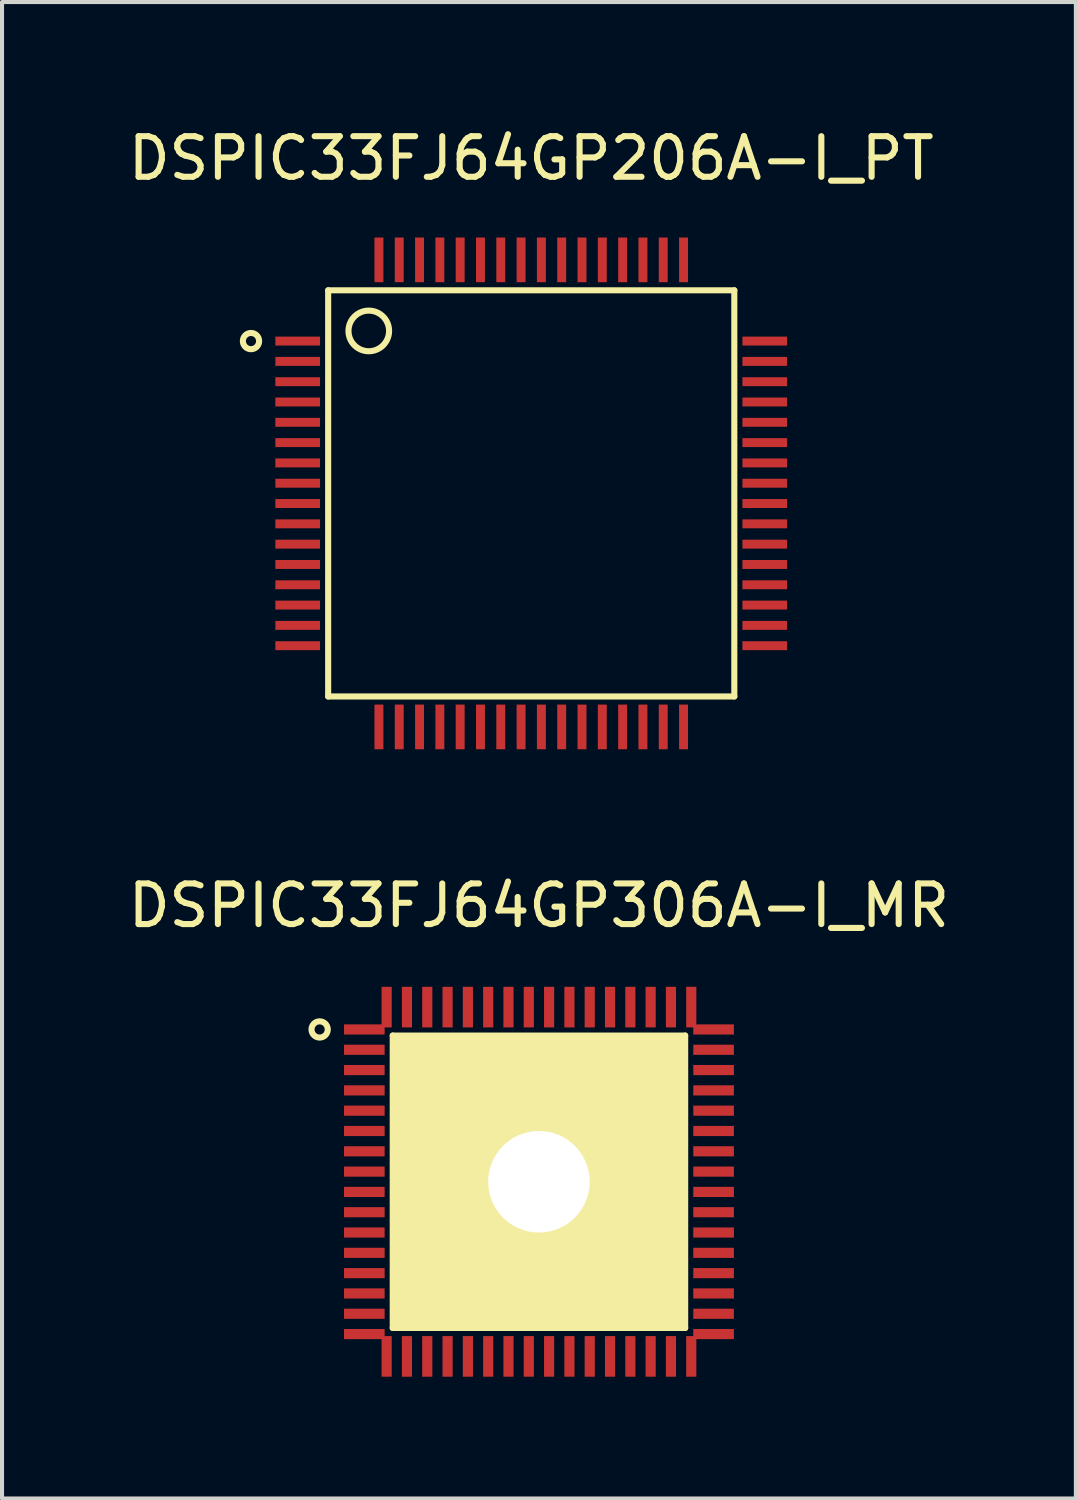
<source format=kicad_pcb>
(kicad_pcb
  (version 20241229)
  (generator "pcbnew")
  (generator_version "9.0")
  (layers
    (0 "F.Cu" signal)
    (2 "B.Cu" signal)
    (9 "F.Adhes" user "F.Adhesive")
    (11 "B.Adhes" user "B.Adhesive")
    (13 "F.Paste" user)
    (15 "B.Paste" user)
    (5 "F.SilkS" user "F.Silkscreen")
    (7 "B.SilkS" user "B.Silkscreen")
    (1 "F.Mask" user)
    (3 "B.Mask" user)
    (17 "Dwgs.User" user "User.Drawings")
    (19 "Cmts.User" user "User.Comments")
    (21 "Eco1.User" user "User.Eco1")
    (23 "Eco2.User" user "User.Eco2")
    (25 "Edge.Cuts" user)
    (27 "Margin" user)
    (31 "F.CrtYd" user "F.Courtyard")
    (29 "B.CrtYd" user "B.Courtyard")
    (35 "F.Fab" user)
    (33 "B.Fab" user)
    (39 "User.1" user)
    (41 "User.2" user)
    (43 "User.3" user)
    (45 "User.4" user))
  (footprint "DSPIC33FJ64GP306A-I_MR"
    (layer "F.Cu")
    (at 5.92 21.747)
    (property "Reference" "DSPIC33FJ64GP306A-I_MR" (at 4.3 -2.5 0) (layer "F.SilkS") (effects (font (size 1 1) (thickness 0.15))))
    (attr through_hole)
    (fp_line (start 0.7 0.7) (end 0.7 7.9) (stroke (width 0.15) (type solid)) (layer "F.SilkS"))
    (fp_line (start 0.7 0.7) (end 7.9 0.7) (stroke (width 0.15) (type solid)) (layer "F.SilkS"))
    (fp_line (start 0.7 7.9) (end 7.9 7.9) (stroke (width 0.15) (type solid)) (layer "F.SilkS"))
    (fp_line (start 7.9 7.9) (end 7.9 0.7) (stroke (width 0.15) (type solid)) (layer "F.SilkS"))
    (fp_circle (center -1.1 0.55) (end -1.1 0.35) (stroke (width 0.15) (type solid)) (fill no) (layer "F.SilkS"))
    (fp_circle (center 1.7 1.7) (end 1.7 1.2) (stroke (width 0.15) (type solid)) (fill no) (layer "F.SilkS"))
    (pad "1" smd rect (at 0 0.55) (size 1 0.25) (layers "F.Cu" "F.Mask" "F.Paste"))
    (pad "2" smd rect (at 0 1.05) (size 1 0.25) (layers "F.Cu" "F.Mask" "F.Paste"))
    (pad "3" smd rect (at 0 1.55) (size 1 0.25) (layers "F.Cu" "F.Mask" "F.Paste"))
    (pad "4" smd rect (at 0 2.05) (size 1 0.25) (layers "F.Cu" "F.Mask" "F.Paste"))
    (pad "5" smd rect (at 0 2.55) (size 1 0.25) (layers "F.Cu" "F.Mask" "F.Paste"))
    (pad "6" smd rect (at 0 3.05) (size 1 0.25) (layers "F.Cu" "F.Mask" "F.Paste"))
    (pad "7" smd rect (at 0 3.55) (size 1 0.25) (layers "F.Cu" "F.Mask" "F.Paste"))
    (pad "8" smd rect (at 0 4.05) (size 1 0.25) (layers "F.Cu" "F.Mask" "F.Paste"))
    (pad "9" smd rect (at 0 4.55) (size 1 0.25) (layers "F.Cu" "F.Mask" "F.Paste"))
    (pad "10" smd rect (at 0 5.05) (size 1 0.25) (layers "F.Cu" "F.Mask" "F.Paste"))
    (pad "11" smd rect (at 0 5.55) (size 1 0.25) (layers "F.Cu" "F.Mask" "F.Paste"))
    (pad "12" smd rect (at 0 6.05) (size 1 0.25) (layers "F.Cu" "F.Mask" "F.Paste"))
    (pad "13" smd rect (at 0 6.55) (size 1 0.25) (layers "F.Cu" "F.Mask" "F.Paste"))
    (pad "14" smd rect (at 0 7.05) (size 1 0.25) (layers "F.Cu" "F.Mask" "F.Paste"))
    (pad "15" smd rect (at 0 7.55) (size 1 0.25) (layers "F.Cu" "F.Mask" "F.Paste"))
    (pad "16" smd rect (at 0 8.05) (size 1 0.25) (layers "F.Cu" "F.Mask" "F.Paste"))
    (pad "17" smd rect (at 0.55 8.6) (size 0.25 1) (layers "F.Cu" "F.Mask" "F.Paste"))
    (pad "18" smd rect (at 1.05 8.6) (size 0.25 1) (layers "F.Cu" "F.Mask" "F.Paste"))
    (pad "19" smd rect (at 1.55 8.6) (size 0.25 1) (layers "F.Cu" "F.Mask" "F.Paste"))
    (pad "20" smd rect (at 2.05 8.6) (size 0.25 1) (layers "F.Cu" "F.Mask" "F.Paste"))
    (pad "21" smd rect (at 2.55 8.6) (size 0.25 1) (layers "F.Cu" "F.Mask" "F.Paste"))
    (pad "22" smd rect (at 3.05 8.6) (size 0.25 1) (layers "F.Cu" "F.Mask" "F.Paste"))
    (pad "23" smd rect (at 3.55 8.6) (size 0.25 1) (layers "F.Cu" "F.Mask" "F.Paste"))
    (pad "24" smd rect (at 4.05 8.6) (size 0.25 1) (layers "F.Cu" "F.Mask" "F.Paste"))
    (pad "25" smd rect (at 4.55 8.6) (size 0.25 1) (layers "F.Cu" "F.Mask" "F.Paste"))
    (pad "26" smd rect (at 5.05 8.6) (size 0.25 1) (layers "F.Cu" "F.Mask" "F.Paste"))
    (pad "27" smd rect (at 5.55 8.6) (size 0.25 1) (layers "F.Cu" "F.Mask" "F.Paste"))
    (pad "28" smd rect (at 6.05 8.6) (size 0.25 1) (layers "F.Cu" "F.Mask" "F.Paste"))
    (pad "29" smd rect (at 6.55 8.6) (size 0.25 1) (layers "F.Cu" "F.Mask" "F.Paste"))
    (pad "30" smd rect (at 7.05 8.6) (size 0.25 1) (layers "F.Cu" "F.Mask" "F.Paste"))
    (pad "31" smd rect (at 7.55 8.6) (size 0.25 1) (layers "F.Cu" "F.Mask" "F.Paste"))
    (pad "32" smd rect (at 8.05 8.6) (size 0.25 1) (layers "F.Cu" "F.Mask" "F.Paste"))
    (pad "33" smd rect (at 8.6 8.05) (size 1 0.25) (layers "F.Cu" "F.Mask" "F.Paste"))
    (pad "34" smd rect (at 8.6 7.55) (size 1 0.25) (layers "F.Cu" "F.Mask" "F.Paste"))
    (pad "35" smd rect (at 8.6 7.05) (size 1 0.25) (layers "F.Cu" "F.Mask" "F.Paste"))
    (pad "36" smd rect (at 8.6 6.55) (size 1 0.25) (layers "F.Cu" "F.Mask" "F.Paste"))
    (pad "37" smd rect (at 8.6 6.05) (size 1 0.25) (layers "F.Cu" "F.Mask" "F.Paste"))
    (pad "38" smd rect (at 8.6 5.55) (size 1 0.25) (layers "F.Cu" "F.Mask" "F.Paste"))
    (pad "39" smd rect (at 8.6 5.05) (size 1 0.25) (layers "F.Cu" "F.Mask" "F.Paste"))
    (pad "40" smd rect (at 8.6 4.55) (size 1 0.25) (layers "F.Cu" "F.Mask" "F.Paste"))
    (pad "41" smd rect (at 8.6 4.05) (size 1 0.25) (layers "F.Cu" "F.Mask" "F.Paste"))
    (pad "42" smd rect (at 8.6 3.55) (size 1 0.25) (layers "F.Cu" "F.Mask" "F.Paste"))
    (pad "43" smd rect (at 8.6 3.05) (size 1 0.25) (layers "F.Cu" "F.Mask" "F.Paste"))
    (pad "44" smd rect (at 8.6 2.55) (size 1 0.25) (layers "F.Cu" "F.Mask" "F.Paste"))
    (pad "45" smd rect (at 8.6 2.05) (size 1 0.25) (layers "F.Cu" "F.Mask" "F.Paste"))
    (pad "46" smd rect (at 8.6 1.55) (size 1 0.25) (layers "F.Cu" "F.Mask" "F.Paste"))
    (pad "47" smd rect (at 8.6 1.05) (size 1 0.25) (layers "F.Cu" "F.Mask" "F.Paste"))
    (pad "48" smd rect (at 8.6 0.55) (size 1 0.25) (layers "F.Cu" "F.Mask" "F.Paste"))
    (pad "49" smd rect (at 8.05 0) (size 0.25 1) (layers "F.Cu" "F.Mask" "F.Paste"))
    (pad "50" smd rect (at 7.55 0) (size 0.25 1) (layers "F.Cu" "F.Mask" "F.Paste"))
    (pad "51" smd rect (at 7.05 0) (size 0.25 1) (layers "F.Cu" "F.Mask" "F.Paste"))
    (pad "52" smd rect (at 6.55 0) (size 0.25 1) (layers "F.Cu" "F.Mask" "F.Paste"))
    (pad "53" smd rect (at 6.05 0) (size 0.25 1) (layers "F.Cu" "F.Mask" "F.Paste"))
    (pad "54" smd rect (at 5.55 0) (size 0.25 1) (layers "F.Cu" "F.Mask" "F.Paste"))
    (pad "55" smd rect (at 5.05 0) (size 0.25 1) (layers "F.Cu" "F.Mask" "F.Paste"))
    (pad "56" smd rect (at 4.55 0) (size 0.25 1) (layers "F.Cu" "F.Mask" "F.Paste"))
    (pad "57" smd rect (at 4.05 0) (size 0.25 1) (layers "F.Cu" "F.Mask" "F.Paste"))
    (pad "58" smd rect (at 3.55 0) (size 0.25 1) (layers "F.Cu" "F.Mask" "F.Paste"))
    (pad "59" smd rect (at 3.05 0) (size 0.25 1) (layers "F.Cu" "F.Mask" "F.Paste"))
    (pad "60" smd rect (at 2.55 0) (size 0.25 1) (layers "F.Cu" "F.Mask" "F.Paste"))
    (pad "61" smd rect (at 2.05 0) (size 0.25 1) (layers "F.Cu" "F.Mask" "F.Paste"))
    (pad "62" smd rect (at 1.55 0) (size 0.25 1) (layers "F.Cu" "F.Mask" "F.Paste"))
    (pad "63" smd rect (at 1.05 0) (size 0.25 1) (layers "F.Cu" "F.Mask" "F.Paste"))
    (pad "64" smd rect (at 0.55 0) (size 0.25 1) (layers "F.Cu" "F.Mask" "F.Paste"))
    (pad "999" thru_hole rect (at 4.3 4.3) (size 7.15 7.15) (drill 2.5) (layers "*.Cu" "*.Mask" "F.SilkS")))
  (footprint "DSPIC33FJ64GP206A-I_PT"
    (layer "F.Cu")
    (at 4.28 3.348)
    (property "Reference" "DSPIC33FJ64GP206A-I_PT" (at 5.75 -2.5 0) (layer "F.SilkS") (effects (font (size 1 1) (thickness 0.15))))
    (attr through_hole)
    (fp_line (start 0.75 0.75) (end 0.75 10.75) (stroke (width 0.15) (type solid)) (layer "F.SilkS"))
    (fp_line (start 0.75 0.75) (end 10.75 0.75) (stroke (width 0.15) (type solid)) (layer "F.SilkS"))
    (fp_line (start 0.75 10.75) (end 10.75 10.75) (stroke (width 0.15) (type solid)) (layer "F.SilkS"))
    (fp_line (start 10.75 10.75) (end 10.75 0.75) (stroke (width 0.15) (type solid)) (layer "F.SilkS"))
    (fp_circle (center -1.15 2) (end -1.15 1.8) (stroke (width 0.15) (type solid)) (fill no) (layer "F.SilkS"))
    (fp_circle (center 1.75 1.75) (end 1.75 1.25) (stroke (width 0.15) (type solid)) (fill no) (layer "F.SilkS"))
    (pad "1" smd rect (at 0 2) (size 1.1 0.22) (layers "F.Cu" "F.Mask" "F.Paste"))
    (pad "2" smd rect (at 0 2.5) (size 1.1 0.22) (layers "F.Cu" "F.Mask" "F.Paste"))
    (pad "3" smd rect (at 0 3) (size 1.1 0.22) (layers "F.Cu" "F.Mask" "F.Paste"))
    (pad "4" smd rect (at 0 3.5) (size 1.1 0.22) (layers "F.Cu" "F.Mask" "F.Paste"))
    (pad "5" smd rect (at 0 4) (size 1.1 0.22) (layers "F.Cu" "F.Mask" "F.Paste"))
    (pad "6" smd rect (at 0 4.5) (size 1.1 0.22) (layers "F.Cu" "F.Mask" "F.Paste"))
    (pad "7" smd rect (at 0 5) (size 1.1 0.22) (layers "F.Cu" "F.Mask" "F.Paste"))
    (pad "8" smd rect (at 0 5.5) (size 1.1 0.22) (layers "F.Cu" "F.Mask" "F.Paste"))
    (pad "9" smd rect (at 0 6) (size 1.1 0.22) (layers "F.Cu" "F.Mask" "F.Paste"))
    (pad "10" smd rect (at 0 6.5) (size 1.1 0.22) (layers "F.Cu" "F.Mask" "F.Paste"))
    (pad "11" smd rect (at 0 7) (size 1.1 0.22) (layers "F.Cu" "F.Mask" "F.Paste"))
    (pad "12" smd rect (at 0 7.5) (size 1.1 0.22) (layers "F.Cu" "F.Mask" "F.Paste"))
    (pad "13" smd rect (at 0 8) (size 1.1 0.22) (layers "F.Cu" "F.Mask" "F.Paste"))
    (pad "14" smd rect (at 0 8.5) (size 1.1 0.22) (layers "F.Cu" "F.Mask" "F.Paste"))
    (pad "15" smd rect (at 0 9) (size 1.1 0.22) (layers "F.Cu" "F.Mask" "F.Paste"))
    (pad "16" smd rect (at 0 9.5) (size 1.1 0.22) (layers "F.Cu" "F.Mask" "F.Paste"))
    (pad "17" smd rect (at 2 11.5) (size 0.22 1.1) (layers "F.Cu" "F.Mask" "F.Paste"))
    (pad "18" smd rect (at 2.5 11.5) (size 0.22 1.1) (layers "F.Cu" "F.Mask" "F.Paste"))
    (pad "19" smd rect (at 3 11.5) (size 0.22 1.1) (layers "F.Cu" "F.Mask" "F.Paste"))
    (pad "20" smd rect (at 3.5 11.5) (size 0.22 1.1) (layers "F.Cu" "F.Mask" "F.Paste"))
    (pad "21" smd rect (at 4 11.5) (size 0.22 1.1) (layers "F.Cu" "F.Mask" "F.Paste"))
    (pad "22" smd rect (at 4.5 11.5) (size 0.22 1.1) (layers "F.Cu" "F.Mask" "F.Paste"))
    (pad "23" smd rect (at 5 11.5) (size 0.22 1.1) (layers "F.Cu" "F.Mask" "F.Paste"))
    (pad "24" smd rect (at 5.5 11.5) (size 0.22 1.1) (layers "F.Cu" "F.Mask" "F.Paste"))
    (pad "25" smd rect (at 6 11.5) (size 0.22 1.1) (layers "F.Cu" "F.Mask" "F.Paste"))
    (pad "26" smd rect (at 6.5 11.5) (size 0.22 1.1) (layers "F.Cu" "F.Mask" "F.Paste"))
    (pad "27" smd rect (at 7 11.5) (size 0.22 1.1) (layers "F.Cu" "F.Mask" "F.Paste"))
    (pad "28" smd rect (at 7.5 11.5) (size 0.22 1.1) (layers "F.Cu" "F.Mask" "F.Paste"))
    (pad "29" smd rect (at 8 11.5) (size 0.22 1.1) (layers "F.Cu" "F.Mask" "F.Paste"))
    (pad "30" smd rect (at 8.5 11.5) (size 0.22 1.1) (layers "F.Cu" "F.Mask" "F.Paste"))
    (pad "31" smd rect (at 9 11.5) (size 0.22 1.1) (layers "F.Cu" "F.Mask" "F.Paste"))
    (pad "32" smd rect (at 9.5 11.5) (size 0.22 1.1) (layers "F.Cu" "F.Mask" "F.Paste"))
    (pad "33" smd rect (at 11.5 9.5) (size 1.1 0.22) (layers "F.Cu" "F.Mask" "F.Paste"))
    (pad "34" smd rect (at 11.5 9) (size 1.1 0.22) (layers "F.Cu" "F.Mask" "F.Paste"))
    (pad "35" smd rect (at 11.5 8.5) (size 1.1 0.22) (layers "F.Cu" "F.Mask" "F.Paste"))
    (pad "36" smd rect (at 11.5 8) (size 1.1 0.22) (layers "F.Cu" "F.Mask" "F.Paste"))
    (pad "37" smd rect (at 11.5 7.5) (size 1.1 0.22) (layers "F.Cu" "F.Mask" "F.Paste"))
    (pad "38" smd rect (at 11.5 7) (size 1.1 0.22) (layers "F.Cu" "F.Mask" "F.Paste"))
    (pad "39" smd rect (at 11.5 6.5) (size 1.1 0.22) (layers "F.Cu" "F.Mask" "F.Paste"))
    (pad "40" smd rect (at 11.5 6) (size 1.1 0.22) (layers "F.Cu" "F.Mask" "F.Paste"))
    (pad "41" smd rect (at 11.5 5.5) (size 1.1 0.22) (layers "F.Cu" "F.Mask" "F.Paste"))
    (pad "42" smd rect (at 11.5 5) (size 1.1 0.22) (layers "F.Cu" "F.Mask" "F.Paste"))
    (pad "43" smd rect (at 11.5 4.5) (size 1.1 0.22) (layers "F.Cu" "F.Mask" "F.Paste"))
    (pad "44" smd rect (at 11.5 4) (size 1.1 0.22) (layers "F.Cu" "F.Mask" "F.Paste"))
    (pad "45" smd rect (at 11.5 3.5) (size 1.1 0.22) (layers "F.Cu" "F.Mask" "F.Paste"))
    (pad "46" smd rect (at 11.5 3) (size 1.1 0.22) (layers "F.Cu" "F.Mask" "F.Paste"))
    (pad "47" smd rect (at 11.5 2.5) (size 1.1 0.22) (layers "F.Cu" "F.Mask" "F.Paste"))
    (pad "48" smd rect (at 11.5 2) (size 1.1 0.22) (layers "F.Cu" "F.Mask" "F.Paste"))
    (pad "49" smd rect (at 9.5 0) (size 0.22 1.1) (layers "F.Cu" "F.Mask" "F.Paste"))
    (pad "50" smd rect (at 9 0) (size 0.22 1.1) (layers "F.Cu" "F.Mask" "F.Paste"))
    (pad "51" smd rect (at 8.5 0) (size 0.22 1.1) (layers "F.Cu" "F.Mask" "F.Paste"))
    (pad "52" smd rect (at 8 0) (size 0.22 1.1) (layers "F.Cu" "F.Mask" "F.Paste"))
    (pad "53" smd rect (at 7.5 0) (size 0.22 1.1) (layers "F.Cu" "F.Mask" "F.Paste"))
    (pad "54" smd rect (at 7 0) (size 0.22 1.1) (layers "F.Cu" "F.Mask" "F.Paste"))
    (pad "55" smd rect (at 6.5 0) (size 0.22 1.1) (layers "F.Cu" "F.Mask" "F.Paste"))
    (pad "56" smd rect (at 6 0) (size 0.22 1.1) (layers "F.Cu" "F.Mask" "F.Paste"))
    (pad "57" smd rect (at 5.5 0) (size 0.22 1.1) (layers "F.Cu" "F.Mask" "F.Paste"))
    (pad "58" smd rect (at 5 0) (size 0.22 1.1) (layers "F.Cu" "F.Mask" "F.Paste"))
    (pad "59" smd rect (at 4.5 0) (size 0.22 1.1) (layers "F.Cu" "F.Mask" "F.Paste"))
    (pad "60" smd rect (at 4 0) (size 0.22 1.1) (layers "F.Cu" "F.Mask" "F.Paste"))
    (pad "61" smd rect (at 3.5 0) (size 0.22 1.1) (layers "F.Cu" "F.Mask" "F.Paste"))
    (pad "62" smd rect (at 3 0) (size 0.22 1.1) (layers "F.Cu" "F.Mask" "F.Paste"))
    (pad "63" smd rect (at 2.5 0) (size 0.22 1.1) (layers "F.Cu" "F.Mask" "F.Paste"))
    (pad "64" smd rect (at 2 0) (size 0.22 1.1) (layers "F.Cu" "F.Mask" "F.Paste")))
  (gr_rect
    (start -3 -3)
    (end 23.44 33.846)
    (stroke (width 0.1) (type default))
    (fill no)
    (layer "Edge.Cuts")))
</source>
